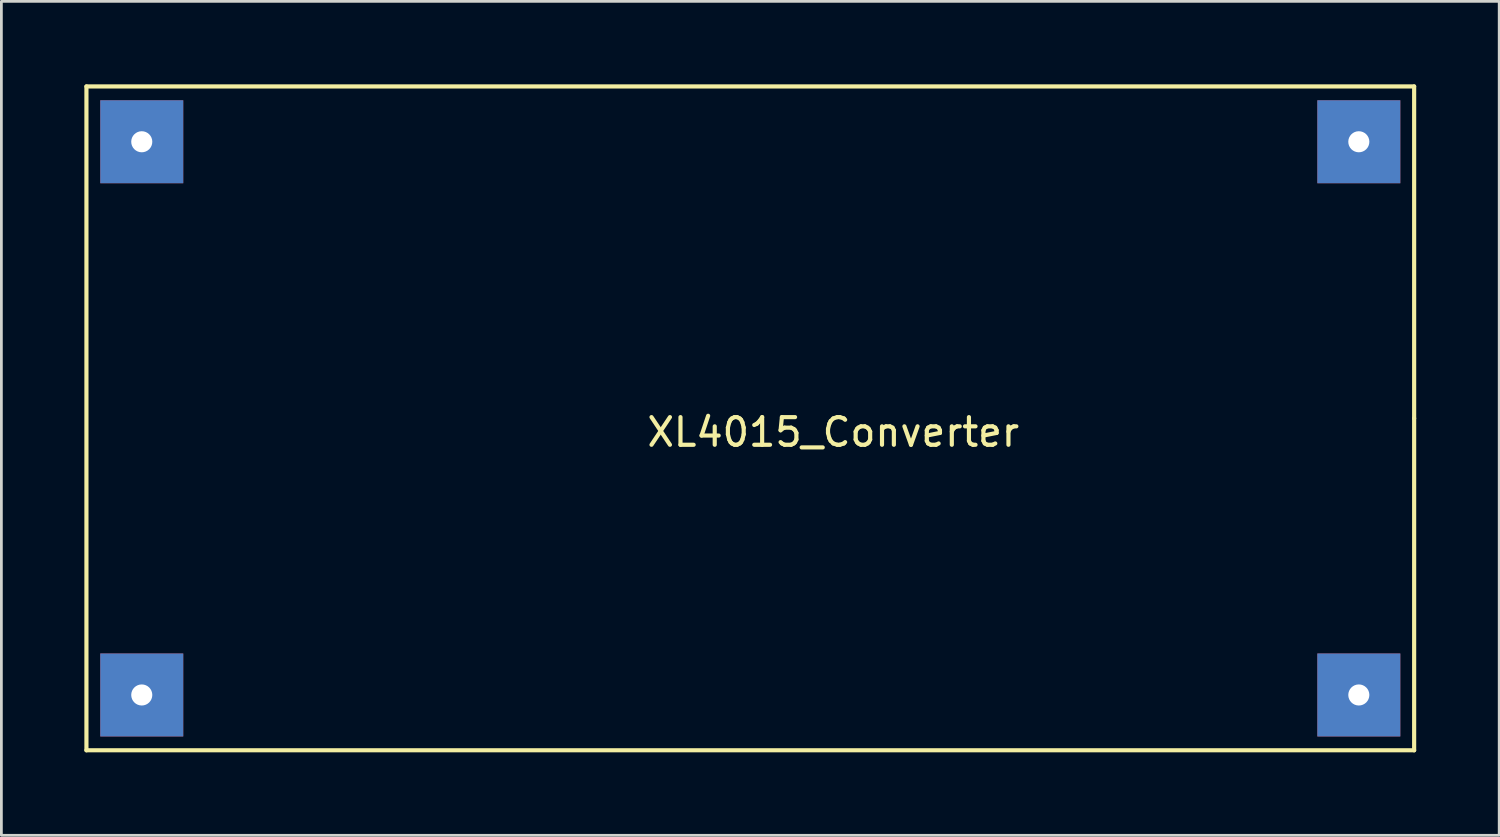
<source format=kicad_pcb>
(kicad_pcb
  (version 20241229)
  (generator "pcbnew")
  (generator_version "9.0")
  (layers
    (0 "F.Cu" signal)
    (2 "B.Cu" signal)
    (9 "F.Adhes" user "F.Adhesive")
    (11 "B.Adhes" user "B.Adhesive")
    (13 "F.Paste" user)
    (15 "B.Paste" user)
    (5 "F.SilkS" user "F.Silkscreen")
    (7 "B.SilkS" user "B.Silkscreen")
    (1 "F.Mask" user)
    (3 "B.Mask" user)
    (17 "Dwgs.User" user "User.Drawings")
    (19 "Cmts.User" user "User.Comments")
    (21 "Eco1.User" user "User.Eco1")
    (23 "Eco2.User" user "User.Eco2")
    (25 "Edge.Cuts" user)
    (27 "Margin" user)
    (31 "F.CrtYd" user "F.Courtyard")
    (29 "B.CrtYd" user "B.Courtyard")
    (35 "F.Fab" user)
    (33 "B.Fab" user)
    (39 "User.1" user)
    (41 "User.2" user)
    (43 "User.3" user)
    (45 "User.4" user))
  (footprint "XL4015_Converter"
    (layer "F.Cu")
    (at 27.075 12.075)
    (property "Reference" "XL4015_Converter" (at 0 0.5 180) (layer "F.SilkS") (effects (font (size 1 1) (thickness 0.15))))
    (attr through_hole)
    (fp_line (start -27 -12) (end -27 12) (stroke (width 0.15) (type solid)) (layer "F.SilkS"))
    (fp_line (start -27 12) (end 21 12) (stroke (width 0.15) (type solid)) (layer "F.SilkS"))
    (fp_line (start 21 -12) (end -27 -12) (stroke (width 0.15) (type solid)) (layer "F.SilkS"))
    (fp_line (start 21 0) (end 21 -12) (stroke (width 0.15) (type solid)) (layer "F.SilkS"))
    (fp_line (start 21 12) (end 21 0) (stroke (width 0.15) (type solid)) (layer "F.SilkS"))
    (pad "1" thru_hole rect (at -25 -10) (size 3 3) (drill 0.762) (layers "*.Cu" "*.Mask"))
    (pad "2" thru_hole rect (at -25 10) (size 3 3) (drill 0.762) (layers "*.Cu" "*.Mask"))
    (pad "3" thru_hole rect (at 19 -10) (size 3 3) (drill 0.762) (layers "*.Cu" "*.Mask"))
    (pad "4" thru_hole rect (at 19 10) (size 3 3) (drill 0.762) (layers "*.Cu" "*.Mask")))
  (gr_rect
    (start -3 -3)
    (end 51.15 27.15)
    (stroke (width 0.1) (type default))
    (fill no)
    (layer "Edge.Cuts")))
</source>
